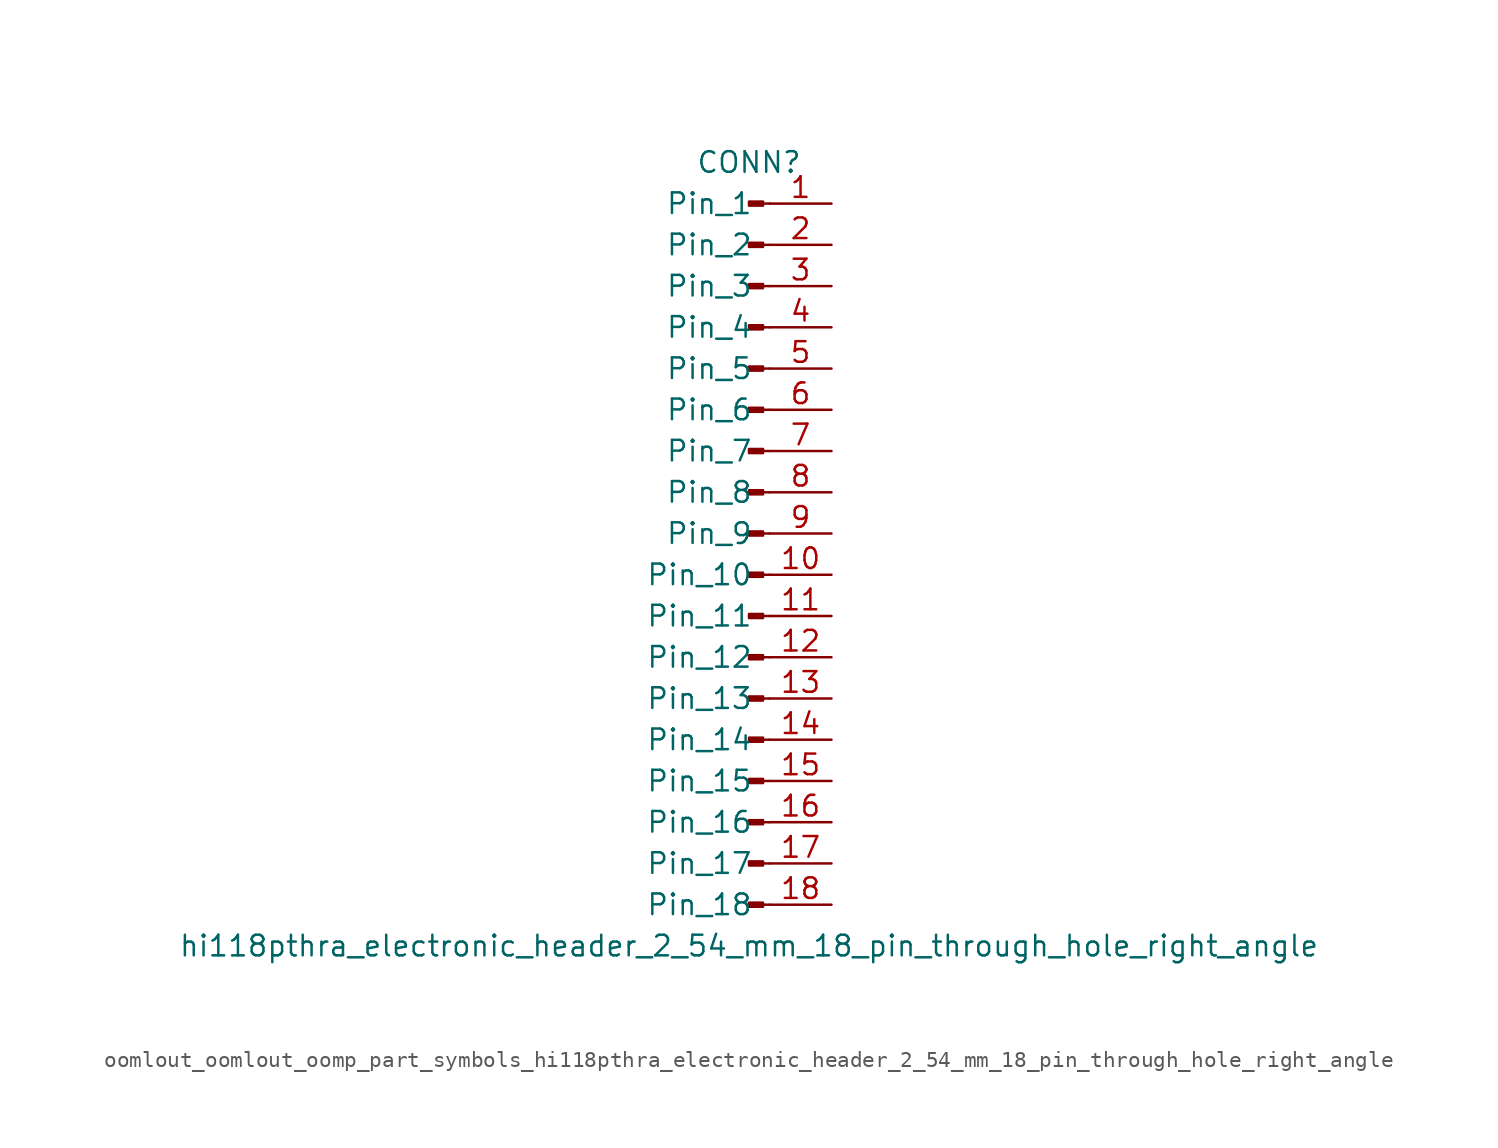
<source format=kicad_sym>
(kicad_symbol_lib
  (version 20220914)
  (generator kicad_symbol_editor)
  (symbol "oomlout_oomlout_oomp_part_symbols_hi118pthra_electronic_header_2_54_mm_18_pin_through_hole_right_angle"
    (pin_names
      (offset 1.016))
    (property "Reference" "CONN"
      (at 0 22.86 0)
      (effects (font (size 1.27 1.27))))
    (property "Value" "hi118pthra_electronic_header_2_54_mm_18_pin_through_hole_right_angle"
      (at 0 -25.4 0)
      (effects (font (size 1.27 1.27))))
    (property "ki_locked" ""
      (at 0 0 0)
      (effects (font (size 1.27 1.27))))
    (symbol "oomlout_oomlout_oomp_part_symbols_hi118pthra_electronic_header_2_54_mm_18_pin_through_hole_right_angle_1_1"
      (polyline (pts (xy 1.27 -22.86) (xy 0.864 -22.86)) (stroke (width 0.152) (type default)) (fill (type none)))
      (polyline (pts (xy 1.27 -20.32) (xy 0.864 -20.32)) (stroke (width 0.152) (type default)) (fill (type none)))
      (polyline (pts (xy 1.27 -17.78) (xy 0.864 -17.78)) (stroke (width 0.152) (type default)) (fill (type none)))
      (polyline (pts (xy 1.27 -15.24) (xy 0.864 -15.24)) (stroke (width 0.152) (type default)) (fill (type none)))
      (polyline (pts (xy 1.27 -12.7) (xy 0.864 -12.7)) (stroke (width 0.152) (type default)) (fill (type none)))
      (polyline (pts (xy 1.27 -10.16) (xy 0.864 -10.16)) (stroke (width 0.152) (type default)) (fill (type none)))
      (polyline (pts (xy 1.27 -7.62) (xy 0.864 -7.62)) (stroke (width 0.152) (type default)) (fill (type none)))
      (polyline (pts (xy 1.27 -5.08) (xy 0.864 -5.08)) (stroke (width 0.152) (type default)) (fill (type none)))
      (polyline (pts (xy 1.27 -2.54) (xy 0.864 -2.54)) (stroke (width 0.152) (type default)) (fill (type none)))
      (polyline (pts (xy 1.27 0) (xy 0.864 0)) (stroke (width 0.152) (type default)) (fill (type none)))
      (polyline (pts (xy 1.27 2.54) (xy 0.864 2.54)) (stroke (width 0.152) (type default)) (fill (type none)))
      (polyline (pts (xy 1.27 5.08) (xy 0.864 5.08)) (stroke (width 0.152) (type default)) (fill (type none)))
      (polyline (pts (xy 1.27 7.62) (xy 0.864 7.62)) (stroke (width 0.152) (type default)) (fill (type none)))
      (polyline (pts (xy 1.27 10.16) (xy 0.864 10.16)) (stroke (width 0.152) (type default)) (fill (type none)))
      (polyline (pts (xy 1.27 12.7) (xy 0.864 12.7)) (stroke (width 0.152) (type default)) (fill (type none)))
      (polyline (pts (xy 1.27 15.24) (xy 0.864 15.24)) (stroke (width 0.152) (type default)) (fill (type none)))
      (polyline (pts (xy 1.27 17.78) (xy 0.864 17.78)) (stroke (width 0.152) (type default)) (fill (type none)))
      (polyline (pts (xy 1.27 20.32) (xy 0.864 20.32)) (stroke (width 0.152) (type default)) (fill (type none)))
      (rectangle (start 0.864 -22.733) (end 0 -22.987) (stroke (width 0.152) (type default)) (fill (type outline)))
      (rectangle (start 0.864 -20.193) (end 0 -20.447) (stroke (width 0.152) (type default)) (fill (type outline)))
      (rectangle (start 0.864 -17.653) (end 0 -17.907) (stroke (width 0.152) (type default)) (fill (type outline)))
      (rectangle (start 0.864 -15.113) (end 0 -15.367) (stroke (width 0.152) (type default)) (fill (type outline)))
      (rectangle (start 0.864 -12.573) (end 0 -12.827) (stroke (width 0.152) (type default)) (fill (type outline)))
      (rectangle (start 0.864 -10.033) (end 0 -10.287) (stroke (width 0.152) (type default)) (fill (type outline)))
      (rectangle (start 0.864 -7.493) (end 0 -7.747) (stroke (width 0.152) (type default)) (fill (type outline)))
      (rectangle (start 0.864 -4.953) (end 0 -5.207) (stroke (width 0.152) (type default)) (fill (type outline)))
      (rectangle (start 0.864 -2.413) (end 0 -2.667) (stroke (width 0.152) (type default)) (fill (type outline)))
      (rectangle (start 0.864 0.127) (end 0 -0.127) (stroke (width 0.152) (type default)) (fill (type outline)))
      (rectangle (start 0.864 2.667) (end 0 2.413) (stroke (width 0.152) (type default)) (fill (type outline)))
      (rectangle (start 0.864 5.207) (end 0 4.953) (stroke (width 0.152) (type default)) (fill (type outline)))
      (rectangle (start 0.864 7.747) (end 0 7.493) (stroke (width 0.152) (type default)) (fill (type outline)))
      (rectangle (start 0.864 10.287) (end 0 10.033) (stroke (width 0.152) (type default)) (fill (type outline)))
      (rectangle (start 0.864 12.827) (end 0 12.573) (stroke (width 0.152) (type default)) (fill (type outline)))
      (rectangle (start 0.864 15.367) (end 0 15.113) (stroke (width 0.152) (type default)) (fill (type outline)))
      (rectangle (start 0.864 17.907) (end 0 17.653) (stroke (width 0.152) (type default)) (fill (type outline)))
      (rectangle (start 0.864 20.447) (end 0 20.193) (stroke (width 0.152) (type default)) (fill (type outline)))
      (pin passive line (at 5.08 20.32 180) (length 3.81) (name "Pin_1" (effects (font (size 1.27 1.27)))) (number "1" (effects (font (size 1.27 1.27)))))
      (pin passive line (at 5.08 -2.54 180) (length 3.81) (name "Pin_10" (effects (font (size 1.27 1.27)))) (number "10" (effects (font (size 1.27 1.27)))))
      (pin passive line (at 5.08 -5.08 180) (length 3.81) (name "Pin_11" (effects (font (size 1.27 1.27)))) (number "11" (effects (font (size 1.27 1.27)))))
      (pin passive line (at 5.08 -7.62 180) (length 3.81) (name "Pin_12" (effects (font (size 1.27 1.27)))) (number "12" (effects (font (size 1.27 1.27)))))
      (pin passive line (at 5.08 -10.16 180) (length 3.81) (name "Pin_13" (effects (font (size 1.27 1.27)))) (number "13" (effects (font (size 1.27 1.27)))))
      (pin passive line (at 5.08 -12.7 180) (length 3.81) (name "Pin_14" (effects (font (size 1.27 1.27)))) (number "14" (effects (font (size 1.27 1.27)))))
      (pin passive line (at 5.08 -15.24 180) (length 3.81) (name "Pin_15" (effects (font (size 1.27 1.27)))) (number "15" (effects (font (size 1.27 1.27)))))
      (pin passive line (at 5.08 -17.78 180) (length 3.81) (name "Pin_16" (effects (font (size 1.27 1.27)))) (number "16" (effects (font (size 1.27 1.27)))))
      (pin passive line (at 5.08 -20.32 180) (length 3.81) (name "Pin_17" (effects (font (size 1.27 1.27)))) (number "17" (effects (font (size 1.27 1.27)))))
      (pin passive line (at 5.08 -22.86 180) (length 3.81) (name "Pin_18" (effects (font (size 1.27 1.27)))) (number "18" (effects (font (size 1.27 1.27)))))
      (pin passive line (at 5.08 17.78 180) (length 3.81) (name "Pin_2" (effects (font (size 1.27 1.27)))) (number "2" (effects (font (size 1.27 1.27)))))
      (pin passive line (at 5.08 15.24 180) (length 3.81) (name "Pin_3" (effects (font (size 1.27 1.27)))) (number "3" (effects (font (size 1.27 1.27)))))
      (pin passive line (at 5.08 12.7 180) (length 3.81) (name "Pin_4" (effects (font (size 1.27 1.27)))) (number "4" (effects (font (size 1.27 1.27)))))
      (pin passive line (at 5.08 10.16 180) (length 3.81) (name "Pin_5" (effects (font (size 1.27 1.27)))) (number "5" (effects (font (size 1.27 1.27)))))
      (pin passive line (at 5.08 7.62 180) (length 3.81) (name "Pin_6" (effects (font (size 1.27 1.27)))) (number "6" (effects (font (size 1.27 1.27)))))
      (pin passive line (at 5.08 5.08 180) (length 3.81) (name "Pin_7" (effects (font (size 1.27 1.27)))) (number "7" (effects (font (size 1.27 1.27)))))
      (pin passive line (at 5.08 2.54 180) (length 3.81) (name "Pin_8" (effects (font (size 1.27 1.27)))) (number "8" (effects (font (size 1.27 1.27)))))
      (pin passive line (at 5.08 0 180) (length 3.81) (name "Pin_9" (effects (font (size 1.27 1.27)))) (number "9" (effects (font (size 1.27 1.27))))))))
</source>
